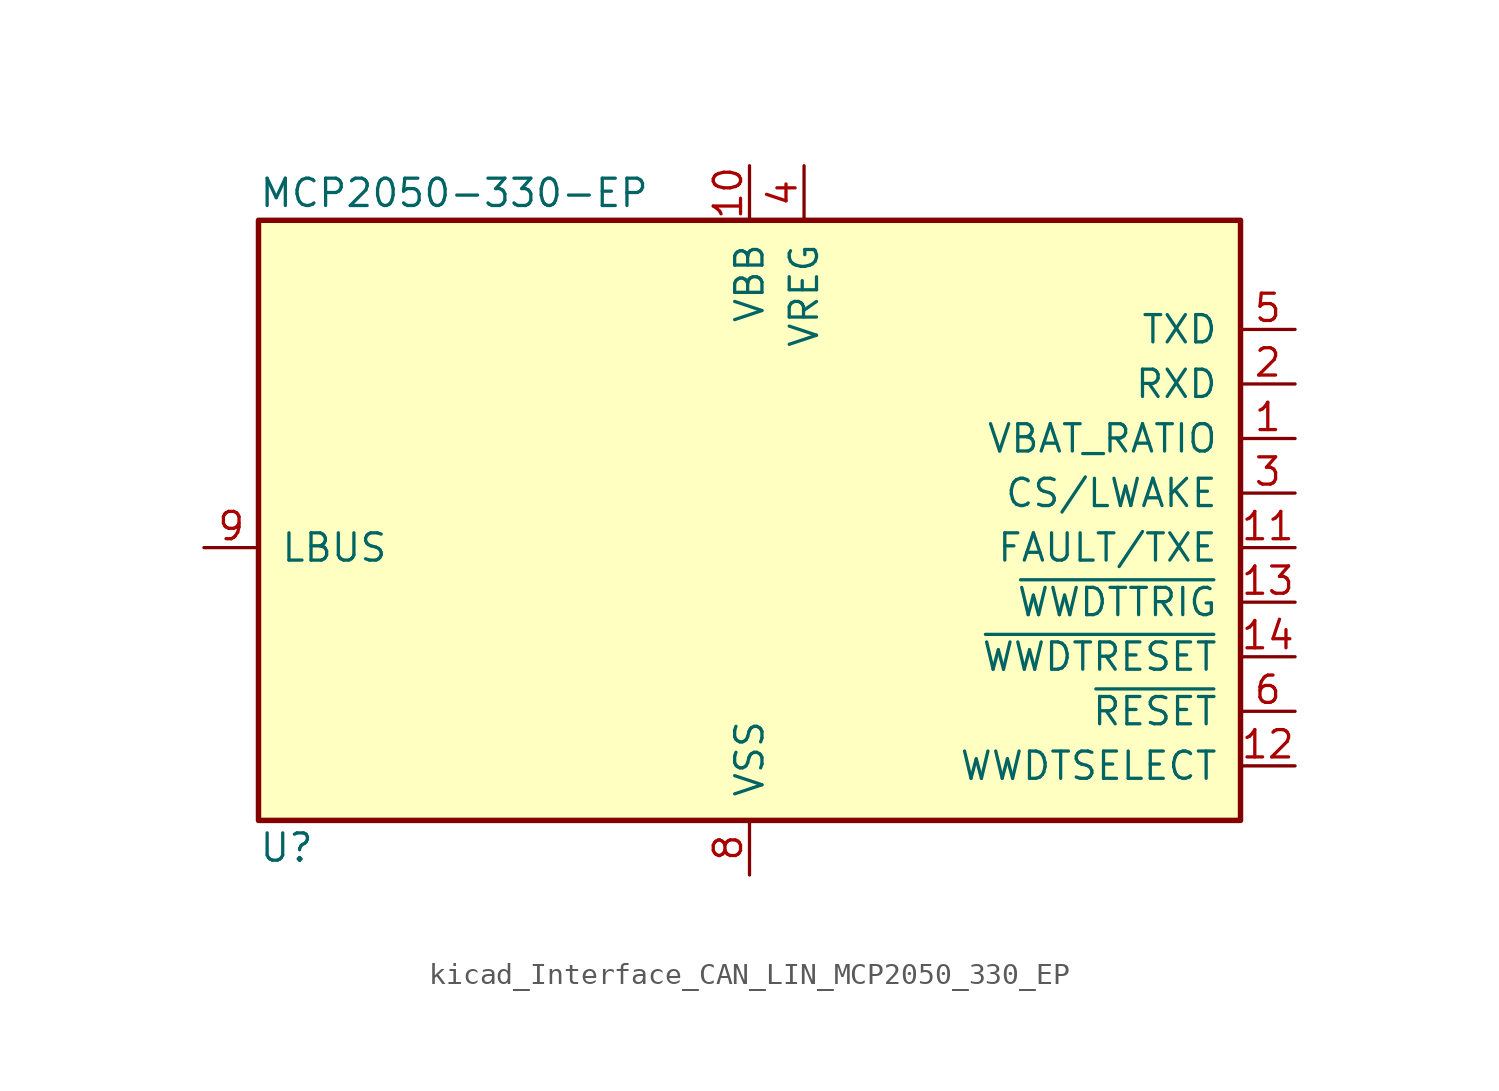
<source format=kicad_sym>
(kicad_symbol_lib
  (version 20220914)
  (generator kicad_symbol_editor)
  (symbol "kicad_Interface_CAN_LIN_MCP2050_330_EP"
    (pin_names
      (offset 1.016))
    (property "Reference" "U"
      (at -22.86 -13.97 0)
      (effects (font (size 1.27 1.27)) (justify left)))
    (property "Value" "MCP2050-330-EP"
      (at -22.86 16.51 0)
      (effects (font (size 1.27 1.27)) (justify left)))
    (symbol "kicad_Interface_CAN_LIN_MCP2050_330_EP_0_1"
      (rectangle (start -22.86 15.24) (end 22.86 -12.7) (stroke (width 0.254) (type default)) (fill (type background))))
    (symbol "kicad_Interface_CAN_LIN_MCP2050_330_EP_1_1"
      (pin output line (at 25.4 5.08 180) (length 2.54) (name "VBAT_RATIO" (effects (font (size 1.27 1.27)))) (number "1" (effects (font (size 1.27 1.27)))))
      (pin power_in line (at 0 17.78 270) (length 2.54) (name "VBB" (effects (font (size 1.27 1.27)))) (number "10" (effects (font (size 1.27 1.27)))))
      (pin open_collector line (at 25.4 0 180) (length 2.54) (name "FAULT/TXE" (effects (font (size 1.27 1.27)))) (number "11" (effects (font (size 1.27 1.27)))))
      (pin input line (at 25.4 -10.16 180) (length 2.54) (name "WWDTSELECT" (effects (font (size 1.27 1.27)))) (number "12" (effects (font (size 1.27 1.27)))))
      (pin input line (at 25.4 -2.54 180) (length 2.54) (name "~{WWDTTRIG}" (effects (font (size 1.27 1.27)))) (number "13" (effects (font (size 1.27 1.27)))))
      (pin output line (at 25.4 -5.08 180) (length 2.54) (name "~{WWDTRESET}" (effects (font (size 1.27 1.27)))) (number "14" (effects (font (size 1.27 1.27)))))
      (pin output line (at 25.4 7.62 180) (length 2.54) (name "RXD" (effects (font (size 1.27 1.27)))) (number "2" (effects (font (size 1.27 1.27)))))
      (pin input line (at 25.4 2.54 180) (length 2.54) (name "CS/LWAKE" (effects (font (size 1.27 1.27)))) (number "3" (effects (font (size 1.27 1.27)))))
      (pin power_out line (at 2.54 17.78 270) (length 2.54) (name "VREG" (effects (font (size 1.27 1.27)))) (number "4" (effects (font (size 1.27 1.27)))))
      (pin input line (at 25.4 10.16 180) (length 2.54) (name "TXD" (effects (font (size 1.27 1.27)))) (number "5" (effects (font (size 1.27 1.27)))))
      (pin output line (at 25.4 -7.62 180) (length 2.54) (name "~{RESET}" (effects (font (size 1.27 1.27)))) (number "6" (effects (font (size 1.27 1.27)))))
      (pin no_connect line (at -22.86 -7.62 0) (length 2.54) hide (name "NC" (effects (font (size 1.27 1.27)))) (number "7" (effects (font (size 1.27 1.27)))))
      (pin power_in line (at 0 -15.24 90) (length 2.54) (name "VSS" (effects (font (size 1.27 1.27)))) (number "8" (effects (font (size 1.27 1.27)))))
      (pin open_collector line (at -25.4 0 0) (length 2.54) (name "LBUS" (effects (font (size 1.27 1.27)))) (number "9" (effects (font (size 1.27 1.27))))))))
</source>
